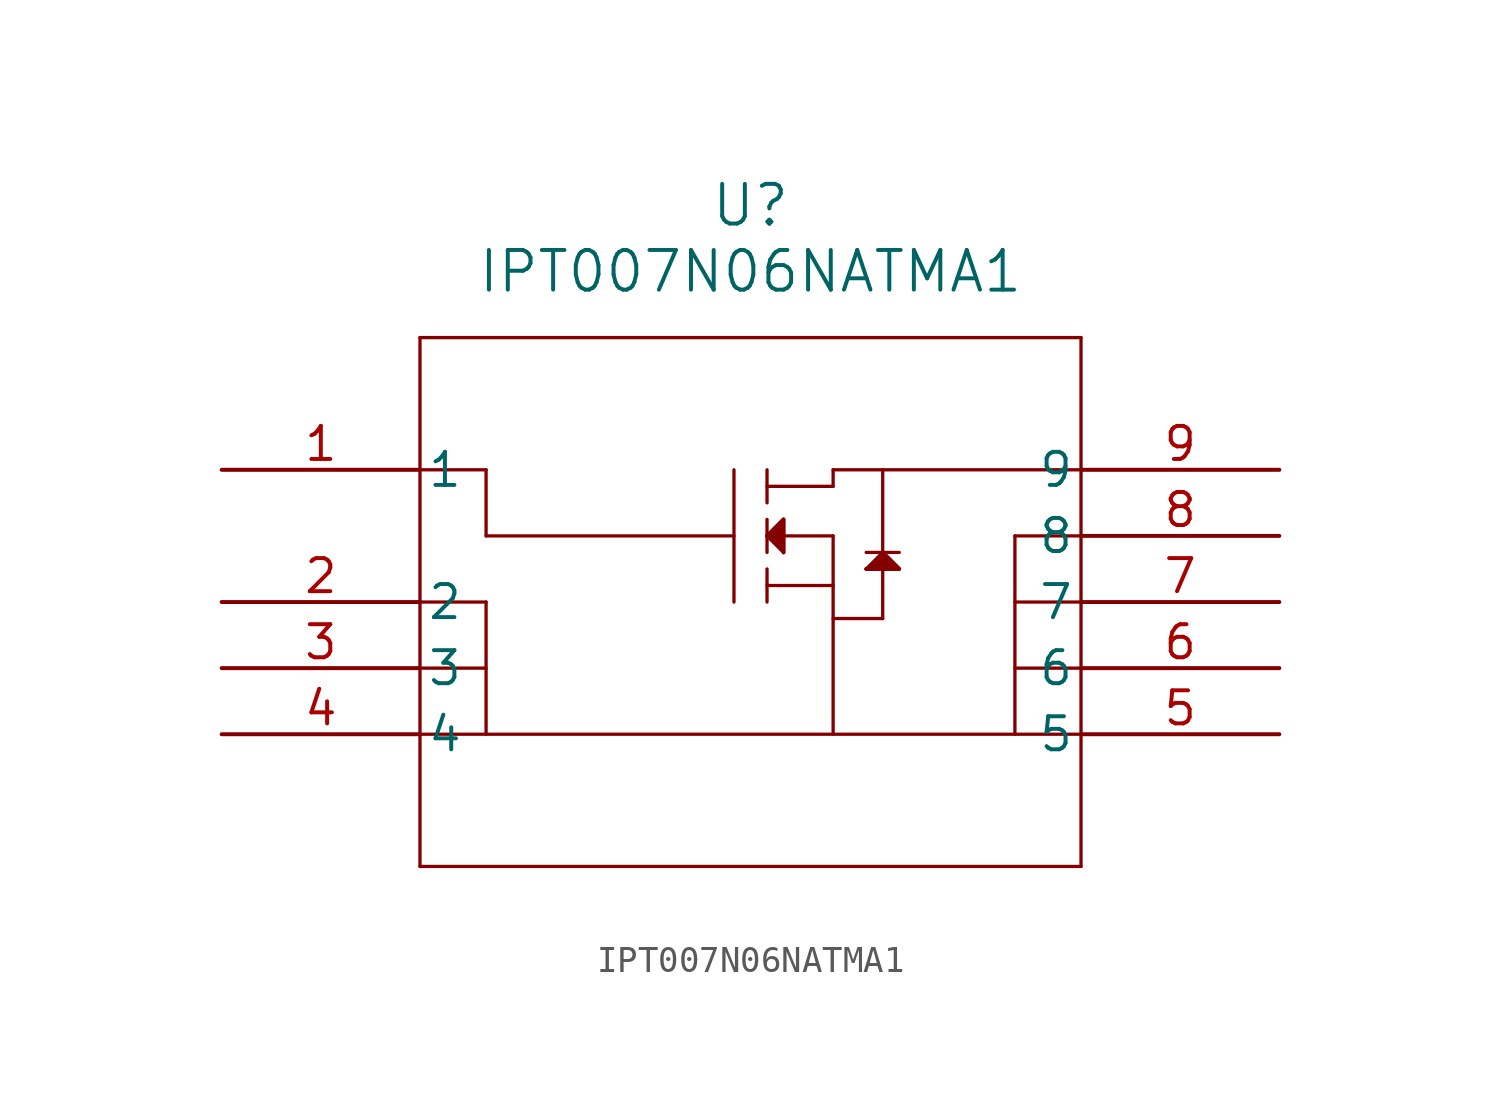
<source format=kicad_sym>
(kicad_symbol_lib
  (version 20211014)
  (generator kicad_symbol_editor)
  (symbol "IPT007N06NATMA1"
    (pin_names
      (offset 0.254))
    (property "Reference" "U"
      (at 20.32 10.16 0)
      (effects (font (size 1.524 1.524))))
    (property "Value" "IPT007N06NATMA1"
      (at 20.32 7.62 0)
      (effects (font (size 1.524 1.524))))
    (symbol "IPT007N06NATMA1_0_1"
      (polyline (pts (xy 7.62 5.08) (xy 7.62 -15.24)) (stroke (width 0.127) (type default) (color 0 0 0 0)) (fill (type none)))
      (polyline (pts (xy 7.62 -15.24) (xy 33.02 -15.24)) (stroke (width 0.127) (type default) (color 0 0 0 0)) (fill (type none)))
      (polyline (pts (xy 33.02 -15.24) (xy 33.02 5.08)) (stroke (width 0.127) (type default) (color 0 0 0 0)) (fill (type none)))
      (polyline (pts (xy 33.02 5.08) (xy 7.62 5.08)) (stroke (width 0.127) (type default) (color 0 0 0 0)) (fill (type none)))
      (polyline (pts (xy 20.955 0) (xy 20.955 -1.27)) (stroke (width 0.127) (type default) (color 0 0 0 0)) (fill (type none)))
      (polyline (pts (xy 20.955 -1.905) (xy 20.955 -3.175)) (stroke (width 0.127) (type default) (color 0 0 0 0)) (fill (type none)))
      (polyline (pts (xy 20.955 -3.81) (xy 20.955 -5.08)) (stroke (width 0.127) (type default) (color 0 0 0 0)) (fill (type none)))
      (polyline (pts (xy 19.685 0) (xy 19.685 -5.08)) (stroke (width 0.127) (type default) (color 0 0 0 0)) (fill (type none)))
      (polyline (pts (xy 20.955 -2.54) (xy 23.495 -2.54)) (stroke (width 0.127) (type default) (color 0 0 0 0)) (fill (type none)))
      (polyline (pts (xy 20.955 -0.635) (xy 23.495 -0.635)) (stroke (width 0.127) (type default) (color 0 0 0 0)) (fill (type none)))
      (polyline (pts (xy 20.955 -4.445) (xy 23.495 -4.445)) (stroke (width 0.127) (type default) (color 0 0 0 0)) (fill (type none)))
      (polyline (pts (xy 23.495 -0.635) (xy 23.495 0)) (stroke (width 0.127) (type default) (color 0 0 0 0)) (fill (type none)))
      (polyline (pts (xy 23.495 0) (xy 33.02 0)) (stroke (width 0.127) (type default) (color 0 0 0 0)) (fill (type none)))
      (polyline (pts (xy 23.495 -2.54) (xy 23.495 -10.16)) (stroke (width 0.127) (type default) (color 0 0 0 0)) (fill (type none)))
      (polyline (pts (xy 33.02 -10.16) (xy 7.62 -10.16)) (stroke (width 0.127) (type default) (color 0 0 0 0)) (fill (type none)))
      (polyline (pts (xy 33.02 -2.54) (xy 30.48 -2.54)) (stroke (width 0.127) (type default) (color 0 0 0 0)) (fill (type none)))
      (polyline (pts (xy 30.48 -2.54) (xy 30.48 -10.16)) (stroke (width 0.127) (type default) (color 0 0 0 0)) (fill (type none)))
      (polyline (pts (xy 30.48 -5.08) (xy 33.02 -5.08)) (stroke (width 0.127) (type default) (color 0 0 0 0)) (fill (type none)))
      (polyline (pts (xy 30.48 -7.62) (xy 33.02 -7.62)) (stroke (width 0.127) (type default) (color 0 0 0 0)) (fill (type none)))
      (polyline (pts (xy 10.16 -10.16) (xy 10.16 -5.08)) (stroke (width 0.127) (type default) (color 0 0 0 0)) (fill (type none)))
      (polyline (pts (xy 10.16 -7.62) (xy 7.62 -7.62)) (stroke (width 0.127) (type default) (color 0 0 0 0)) (fill (type none)))
      (polyline (pts (xy 7.62 -5.08) (xy 10.16 -5.08)) (stroke (width 0.127) (type default) (color 0 0 0 0)) (fill (type none)))
      (polyline (pts (xy 23.495 -5.715) (xy 25.4 -5.715)) (stroke (width 0.127) (type default) (color 0 0 0 0)) (fill (type none)))
      (polyline (pts (xy 25.4 0) (xy 25.4 -5.715)) (stroke (width 0.127) (type default) (color 0 0 0 0)) (fill (type none)))
      (polyline (pts (xy 24.765 -3.81) (xy 26.035 -3.81)) (stroke (width 0.127) (type default) (color 0 0 0 0)) (fill (type none)))
      (polyline (pts (xy 25.4 -3.175) (xy 26.035 -3.81)) (stroke (width 0.127) (type default) (color 0 0 0 0)) (fill (type none)))
      (polyline (pts (xy 25.4 -3.175) (xy 24.765 -3.81)) (stroke (width 0.127) (type default) (color 0 0 0 0)) (fill (type none)))
      (polyline (pts (xy 24.765 -3.175) (xy 26.035 -3.175)) (stroke (width 0.127) (type default) (color 0 0 0 0)) (fill (type none)))
      (polyline (pts (xy 20.955 -2.54) (xy 21.59 -1.905)) (stroke (width 0.127) (type default) (color 0 0 0 0)) (fill (type none)))
      (polyline (pts (xy 21.59 -1.905) (xy 21.59 -3.175)) (stroke (width 0.127) (type default) (color 0 0 0 0)) (fill (type none)))
      (polyline (pts (xy 21.59 -3.175) (xy 20.955 -2.54)) (stroke (width 0.127) (type default) (color 0 0 0 0)) (fill (type none)))
      (polyline (pts (xy 19.685 -2.54) (xy 10.16 -2.54)) (stroke (width 0.127) (type default) (color 0 0 0 0)) (fill (type none)))
      (polyline (pts (xy 10.16 -2.54) (xy 10.16 0)) (stroke (width 0.127) (type default) (color 0 0 0 0)) (fill (type none)))
      (polyline (pts (xy 10.16 0) (xy 7.62 0)) (stroke (width 0.127) (type default) (color 0 0 0 0)) (fill (type none)))
      (polyline (pts (xy 20.955 -2.54) (xy 21.59 -1.905) (xy 21.59 -3.175)) (stroke (width 0) (type default) (color 0 0 0 0)) (fill (type outline)))
      (polyline (pts (xy 24.765 -3.81) (xy 26.035 -3.81) (xy 25.4 -3.175)) (stroke (width 0) (type default) (color 0 0 0 0)) (fill (type outline)))
      (pin unspecified line (at 0 0 0) (length 7.62) (name "1" (effects (font (size 1.27 1.27)))) (number "1" (effects (font (size 1.27 1.27)))))
      (pin unspecified line (at 0 -5.08 0) (length 7.62) (name "2" (effects (font (size 1.27 1.27)))) (number "2" (effects (font (size 1.27 1.27)))))
      (pin unspecified line (at 0 -7.62 0) (length 7.62) (name "3" (effects (font (size 1.27 1.27)))) (number "3" (effects (font (size 1.27 1.27)))))
      (pin unspecified line (at 0 -10.16 0) (length 7.62) (name "4" (effects (font (size 1.27 1.27)))) (number "4" (effects (font (size 1.27 1.27)))))
      (pin unspecified line (at 40.64 -10.16 180) (length 7.62) (name "5" (effects (font (size 1.27 1.27)))) (number "5" (effects (font (size 1.27 1.27)))))
      (pin unspecified line (at 40.64 -7.62 180) (length 7.62) (name "6" (effects (font (size 1.27 1.27)))) (number "6" (effects (font (size 1.27 1.27)))))
      (pin unspecified line (at 40.64 -5.08 180) (length 7.62) (name "7" (effects (font (size 1.27 1.27)))) (number "7" (effects (font (size 1.27 1.27)))))
      (pin unspecified line (at 40.64 -2.54 180) (length 7.62) (name "8" (effects (font (size 1.27 1.27)))) (number "8" (effects (font (size 1.27 1.27)))))
      (pin unspecified line (at 40.64 0 180) (length 7.62) (name "9" (effects (font (size 1.27 1.27)))) (number "9" (effects (font (size 1.27 1.27))))))))
</source>
